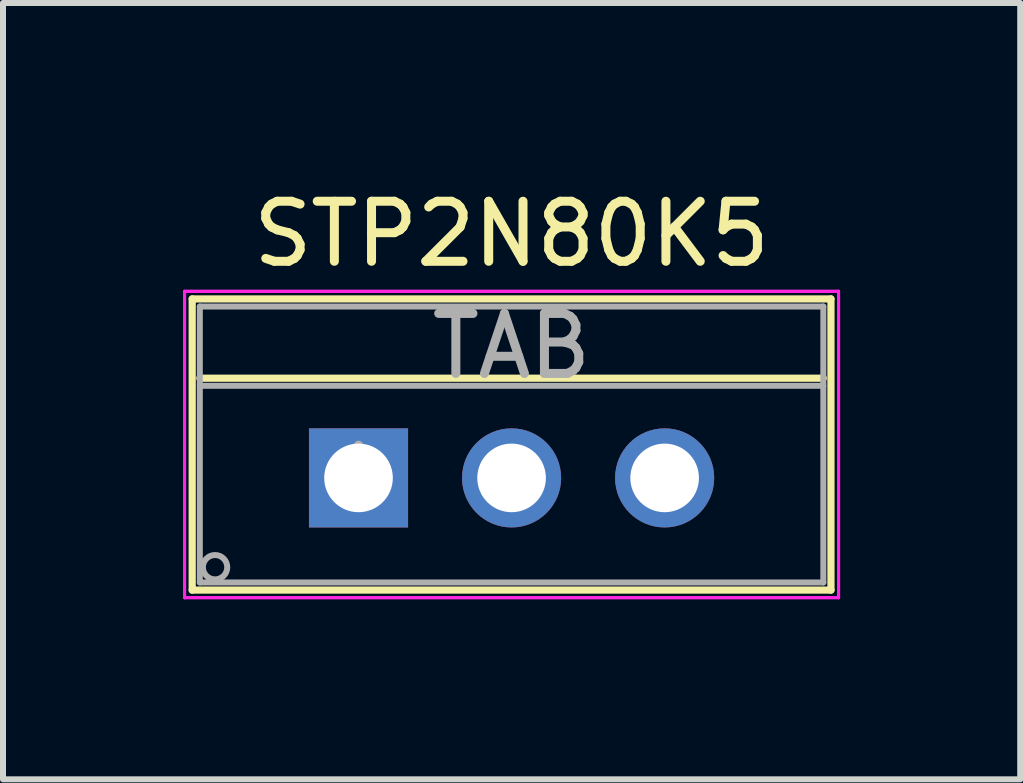
<source format=kicad_pcb>
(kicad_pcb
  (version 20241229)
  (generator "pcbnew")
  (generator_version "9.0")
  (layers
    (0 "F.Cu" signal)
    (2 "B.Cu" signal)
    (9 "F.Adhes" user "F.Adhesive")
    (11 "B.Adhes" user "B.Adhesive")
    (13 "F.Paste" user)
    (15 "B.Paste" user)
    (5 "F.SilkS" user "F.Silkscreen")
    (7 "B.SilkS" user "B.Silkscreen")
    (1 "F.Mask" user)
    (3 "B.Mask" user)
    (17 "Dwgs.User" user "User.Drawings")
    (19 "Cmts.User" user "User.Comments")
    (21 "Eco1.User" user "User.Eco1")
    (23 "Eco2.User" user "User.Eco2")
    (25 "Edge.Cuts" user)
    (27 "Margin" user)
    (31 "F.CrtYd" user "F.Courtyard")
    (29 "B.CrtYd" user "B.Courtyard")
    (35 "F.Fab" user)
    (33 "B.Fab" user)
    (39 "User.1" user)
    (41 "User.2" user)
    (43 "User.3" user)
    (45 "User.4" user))
  (footprint "STP2N80K5"
    (layer "F.Cu")
    (at 2.923 4.912)
    (property "Reference" "STP2N80K5" (at 2.55 -4.064 0) (layer "F.SilkS") (effects (font (size 1 1) (thickness 0.15))))
    (attr through_hole)
    (fp_line (start -2.771 -2.982) (end -2.771 1.869) (stroke (width 0.12) (type solid)) (layer "F.SilkS"))
    (fp_line (start -2.771 1.869) (end 7.871 1.869) (stroke (width 0.12) (type solid)) (layer "F.SilkS"))
    (fp_line (start -2.644 -1.661) (end 7.744 -1.661) (stroke (width 0.12) (type solid)) (layer "F.SilkS"))
    (fp_line (start 7.871 -2.982) (end -2.771 -2.982) (stroke (width 0.12) (type solid)) (layer "F.SilkS"))
    (fp_line (start 7.871 1.869) (end 7.871 -2.982) (stroke (width 0.12) (type solid)) (layer "F.SilkS"))
    (fp_line (start -2.898 -3.109) (end -2.898 1.996) (stroke (width 0.05) (type solid)) (layer "F.CrtYd"))
    (fp_line (start -2.898 -3.109) (end -2.898 1.996) (stroke (width 0.05) (type solid)) (layer "F.CrtYd"))
    (fp_line (start -2.898 1.996) (end 7.998 1.996) (stroke (width 0.05) (type solid)) (layer "F.CrtYd"))
    (fp_line (start -2.898 1.996) (end 7.998 1.996) (stroke (width 0.05) (type solid)) (layer "F.CrtYd"))
    (fp_line (start 7.998 -3.109) (end -2.898 -3.109) (stroke (width 0.05) (type solid)) (layer "F.CrtYd"))
    (fp_line (start 7.998 -3.109) (end -2.898 -3.109) (stroke (width 0.05) (type solid)) (layer "F.CrtYd"))
    (fp_line (start 7.998 1.996) (end 7.998 -3.109) (stroke (width 0.05) (type solid)) (layer "F.CrtYd"))
    (fp_line (start 7.998 1.996) (end 7.998 -3.109) (stroke (width 0.05) (type solid)) (layer "F.CrtYd"))
    (fp_line (start -2.644 -2.855) (end -2.644 1.742) (stroke (width 0.1) (type solid)) (layer "F.Fab"))
    (fp_line (start -2.644 -1.534) (end 7.744 -1.534) (stroke (width 0.1) (type solid)) (layer "F.Fab"))
    (fp_line (start -2.644 1.742) (end 7.744 1.742) (stroke (width 0.1) (type solid)) (layer "F.Fab"))
    (fp_line (start 7.744 -2.855) (end -2.644 -2.855) (stroke (width 0.1) (type solid)) (layer "F.Fab"))
    (fp_line (start 7.744 1.742) (end 7.744 -2.855) (stroke (width 0.1) (type solid)) (layer "F.Fab"))
    (fp_circle (center -2.39 1.488) (end -2.187 1.488) (stroke (width 0.1) (type solid)) (fill no) (layer "F.Fab"))
    (fp_text user "TAB" (at 2.55 -2.195 0) (layer "F.Fab") (effects (font (size 1 1) (thickness 0.15))))
    (fp_text user "*" (at 0 0 0) (layer "F.Fab") (effects (font (size 1 1) (thickness 0.15))))
    (pad "1" thru_hole rect (at 0 0) (size 1.651 1.651) (drill 1.143) (layers "*.Cu" "*.Mask"))
    (pad "2" thru_hole circle (at 2.55 0) (size 1.651 1.651) (drill 1.143) (layers "*.Cu" "*.Mask"))
    (pad "3" thru_hole circle (at 5.1 0) (size 1.651 1.651) (drill 1.143) (layers "*.Cu" "*.Mask")))
  (gr_rect
    (start -3 -3)
    (end 13.947 9.934)
    (stroke (width 0.1) (type default))
    (fill no)
    (layer "Edge.Cuts")))
</source>
